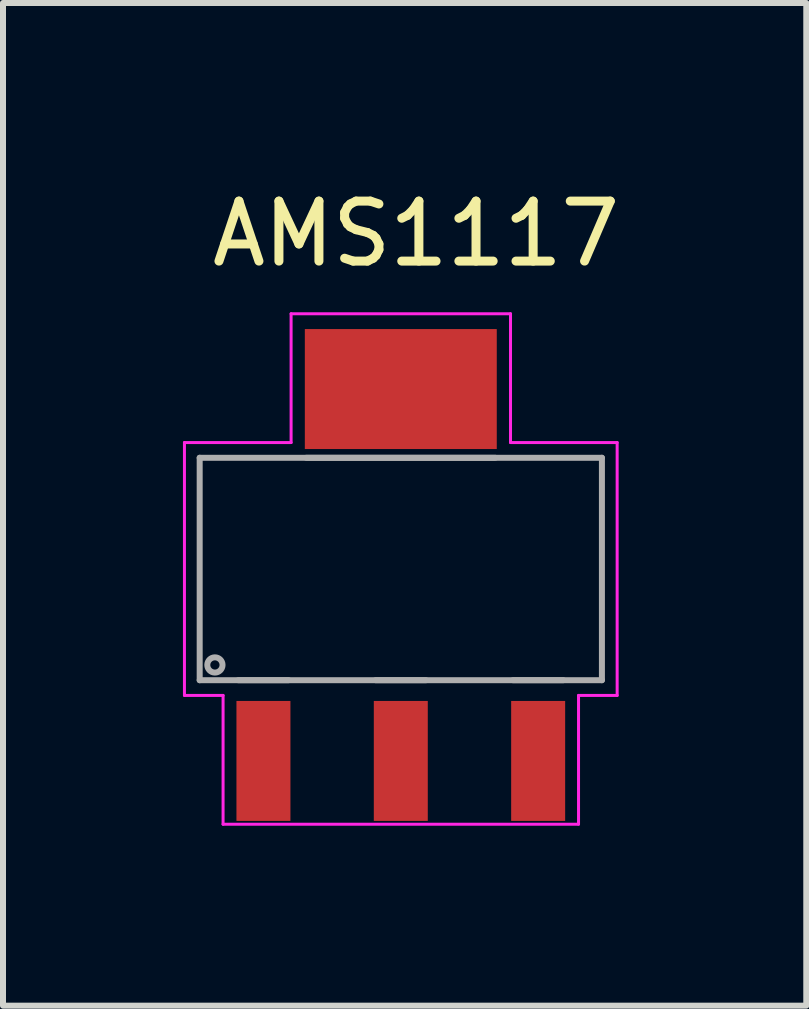
<source format=kicad_pcb>
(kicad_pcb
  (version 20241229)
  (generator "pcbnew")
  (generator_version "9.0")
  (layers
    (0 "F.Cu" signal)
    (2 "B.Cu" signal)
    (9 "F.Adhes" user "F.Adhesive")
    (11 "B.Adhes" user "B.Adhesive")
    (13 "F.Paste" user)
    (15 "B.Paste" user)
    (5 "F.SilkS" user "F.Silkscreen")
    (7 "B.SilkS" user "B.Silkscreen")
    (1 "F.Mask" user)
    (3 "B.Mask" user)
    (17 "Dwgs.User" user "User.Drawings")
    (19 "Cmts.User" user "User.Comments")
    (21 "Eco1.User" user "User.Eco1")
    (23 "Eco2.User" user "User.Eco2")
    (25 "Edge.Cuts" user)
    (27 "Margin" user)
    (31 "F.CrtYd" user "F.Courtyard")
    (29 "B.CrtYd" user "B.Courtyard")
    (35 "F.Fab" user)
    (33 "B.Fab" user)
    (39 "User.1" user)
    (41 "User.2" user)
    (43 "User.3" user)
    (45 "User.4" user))
  (footprint "AMS1117"
    (layer "F.Cu")
    (at 3.632 6.436)
    (property "Reference" "AMS1117" (at 0.254 -5.588 0) (layer "F.SilkS") (effects (font (size 1 1) (thickness 0.15))))
    (attr through_hole)
    (fp_line (start -3.607 -2.108) (end -1.829 -2.108) (stroke (width 0.05) (type solid)) (layer "F.CrtYd"))
    (fp_line (start -3.607 2.108) (end -3.607 -2.108) (stroke (width 0.05) (type solid)) (layer "F.CrtYd"))
    (fp_line (start -2.963 2.108) (end -3.607 2.108) (stroke (width 0.05) (type solid)) (layer "F.CrtYd"))
    (fp_line (start -2.963 4.255) (end -2.963 2.108) (stroke (width 0.05) (type solid)) (layer "F.CrtYd"))
    (fp_line (start -1.829 -4.255) (end 1.829 -4.255) (stroke (width 0.05) (type solid)) (layer "F.CrtYd"))
    (fp_line (start -1.829 -2.108) (end -1.829 -4.255) (stroke (width 0.05) (type solid)) (layer "F.CrtYd"))
    (fp_line (start 1.829 -4.255) (end 1.829 -2.108) (stroke (width 0.05) (type solid)) (layer "F.CrtYd"))
    (fp_line (start 1.829 -2.108) (end 3.607 -2.108) (stroke (width 0.05) (type solid)) (layer "F.CrtYd"))
    (fp_line (start 2.963 2.108) (end 2.963 4.255) (stroke (width 0.05) (type solid)) (layer "F.CrtYd"))
    (fp_line (start 2.963 4.255) (end -2.963 4.255) (stroke (width 0.05) (type solid)) (layer "F.CrtYd"))
    (fp_line (start 3.607 -2.108) (end 3.607 2.108) (stroke (width 0.05) (type solid)) (layer "F.CrtYd"))
    (fp_line (start 3.607 2.108) (end 2.963 2.108) (stroke (width 0.05) (type solid)) (layer "F.CrtYd"))
    (fp_line (start -3.353 -1.854) (end -3.353 1.854) (stroke (width 0.1) (type solid)) (layer "F.Fab"))
    (fp_line (start -3.353 1.854) (end 3.353 1.854) (stroke (width 0.1) (type solid)) (layer "F.Fab"))
    (fp_line (start -1.871 1.854) (end -2.709 1.854) (stroke (width 0.1) (type solid)) (layer "F.Fab"))
    (fp_line (start -1.575 -1.854) (end 1.575 -1.854) (stroke (width 0.1) (type solid)) (layer "F.Fab"))
    (fp_line (start 0.419 1.854) (end -0.419 1.854) (stroke (width 0.1) (type solid)) (layer "F.Fab"))
    (fp_line (start 2.709 1.854) (end 1.871 1.854) (stroke (width 0.1) (type solid)) (layer "F.Fab"))
    (fp_line (start 3.353 -1.854) (end -3.353 -1.854) (stroke (width 0.1) (type solid)) (layer "F.Fab"))
    (fp_line (start 3.353 1.854) (end 3.353 -1.854) (stroke (width 0.1) (type solid)) (layer "F.Fab"))
    (fp_circle (center -3.099 1.6) (end -2.972 1.6) (stroke (width 0.1) (type solid)) (fill no) (layer "F.Fab"))
    (pad "1" smd rect (at -2.29 3.2) (size 0.9 2) (layers "F.Cu" "F.Mask" "F.Paste"))
    (pad "2" smd rect (at 0 3.2) (size 0.9 2) (layers "F.Cu" "F.Mask" "F.Paste"))
    (pad "3" smd rect (at 2.29 3.2) (size 0.9 2) (layers "F.Cu" "F.Mask" "F.Paste"))
    (pad "4" smd rect (at 0 -3) (size 3.2 2) (layers "F.Cu" "F.Mask" "F.Paste")))
  (gr_rect
    (start -3 -3)
    (end 10.392 13.716)
    (stroke (width 0.1) (type default))
    (fill no)
    (layer "Edge.Cuts")))
</source>
